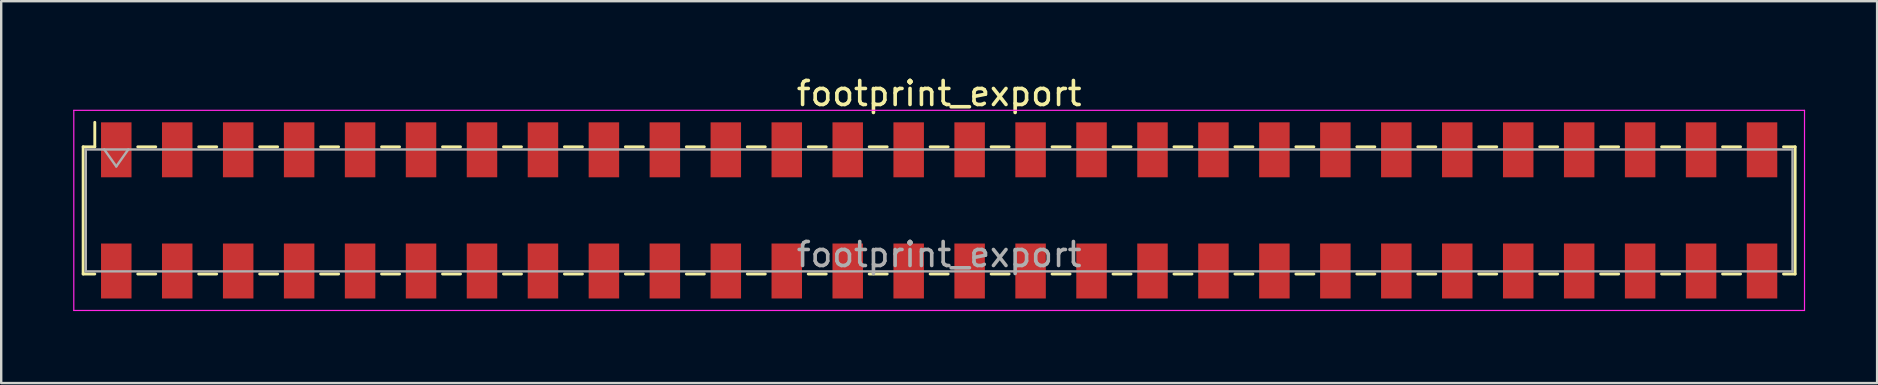
<source format=kicad_pcb>
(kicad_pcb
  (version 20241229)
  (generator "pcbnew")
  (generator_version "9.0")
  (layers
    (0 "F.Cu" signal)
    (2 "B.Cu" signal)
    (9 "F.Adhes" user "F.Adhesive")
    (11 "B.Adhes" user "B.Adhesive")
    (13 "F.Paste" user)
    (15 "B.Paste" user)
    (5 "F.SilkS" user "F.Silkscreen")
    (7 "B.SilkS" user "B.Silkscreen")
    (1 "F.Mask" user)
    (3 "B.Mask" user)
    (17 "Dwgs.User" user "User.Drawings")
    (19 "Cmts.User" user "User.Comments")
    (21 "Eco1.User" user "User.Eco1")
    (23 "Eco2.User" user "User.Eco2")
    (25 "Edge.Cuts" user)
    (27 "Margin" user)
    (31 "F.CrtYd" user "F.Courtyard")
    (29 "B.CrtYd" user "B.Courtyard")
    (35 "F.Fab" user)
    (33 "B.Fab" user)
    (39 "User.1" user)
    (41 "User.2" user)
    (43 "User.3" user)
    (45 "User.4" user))
  (footprint "footprint_export"
    (layer "F.Cu")
    (at 36.085 5.718)
    (property "Reference" "footprint_export" (at 0 -4.87 0) (layer "F.SilkS") (effects (font (size 1 1) (thickness 0.15))))
    (attr smd)
    (fp_line (start -35.67 -2.65) (end -35.67 2.65) (stroke (width 0.12) (type solid)) (layer "F.SilkS"))
    (fp_line (start -35.67 2.65) (end -35.185 2.65) (stroke (width 0.12) (type solid)) (layer "F.SilkS"))
    (fp_line (start -35.185 -3.67) (end -35.185 -2.65) (stroke (width 0.12) (type solid)) (layer "F.SilkS"))
    (fp_line (start -35.185 -2.65) (end -35.67 -2.65) (stroke (width 0.12) (type solid)) (layer "F.SilkS"))
    (fp_line (start -33.395 -2.65) (end -32.645 -2.65) (stroke (width 0.12) (type solid)) (layer "F.SilkS"))
    (fp_line (start -33.395 2.65) (end -32.645 2.65) (stroke (width 0.12) (type solid)) (layer "F.SilkS"))
    (fp_line (start -30.855 -2.65) (end -30.105 -2.65) (stroke (width 0.12) (type solid)) (layer "F.SilkS"))
    (fp_line (start -30.855 2.65) (end -30.105 2.65) (stroke (width 0.12) (type solid)) (layer "F.SilkS"))
    (fp_line (start -28.315 -2.65) (end -27.565 -2.65) (stroke (width 0.12) (type solid)) (layer "F.SilkS"))
    (fp_line (start -28.315 2.65) (end -27.565 2.65) (stroke (width 0.12) (type solid)) (layer "F.SilkS"))
    (fp_line (start -25.775 -2.65) (end -25.025 -2.65) (stroke (width 0.12) (type solid)) (layer "F.SilkS"))
    (fp_line (start -25.775 2.65) (end -25.025 2.65) (stroke (width 0.12) (type solid)) (layer "F.SilkS"))
    (fp_line (start -23.235 -2.65) (end -22.485 -2.65) (stroke (width 0.12) (type solid)) (layer "F.SilkS"))
    (fp_line (start -23.235 2.65) (end -22.485 2.65) (stroke (width 0.12) (type solid)) (layer "F.SilkS"))
    (fp_line (start -20.695 -2.65) (end -19.945 -2.65) (stroke (width 0.12) (type solid)) (layer "F.SilkS"))
    (fp_line (start -20.695 2.65) (end -19.945 2.65) (stroke (width 0.12) (type solid)) (layer "F.SilkS"))
    (fp_line (start -18.155 -2.65) (end -17.405 -2.65) (stroke (width 0.12) (type solid)) (layer "F.SilkS"))
    (fp_line (start -18.155 2.65) (end -17.405 2.65) (stroke (width 0.12) (type solid)) (layer "F.SilkS"))
    (fp_line (start -15.615 -2.65) (end -14.865 -2.65) (stroke (width 0.12) (type solid)) (layer "F.SilkS"))
    (fp_line (start -15.615 2.65) (end -14.865 2.65) (stroke (width 0.12) (type solid)) (layer "F.SilkS"))
    (fp_line (start -13.075 -2.65) (end -12.325 -2.65) (stroke (width 0.12) (type solid)) (layer "F.SilkS"))
    (fp_line (start -13.075 2.65) (end -12.325 2.65) (stroke (width 0.12) (type solid)) (layer "F.SilkS"))
    (fp_line (start -10.535 -2.65) (end -9.785 -2.65) (stroke (width 0.12) (type solid)) (layer "F.SilkS"))
    (fp_line (start -10.535 2.65) (end -9.785 2.65) (stroke (width 0.12) (type solid)) (layer "F.SilkS"))
    (fp_line (start -7.995 -2.65) (end -7.245 -2.65) (stroke (width 0.12) (type solid)) (layer "F.SilkS"))
    (fp_line (start -7.995 2.65) (end -7.245 2.65) (stroke (width 0.12) (type solid)) (layer "F.SilkS"))
    (fp_line (start -5.455 -2.65) (end -4.705 -2.65) (stroke (width 0.12) (type solid)) (layer "F.SilkS"))
    (fp_line (start -5.455 2.65) (end -4.705 2.65) (stroke (width 0.12) (type solid)) (layer "F.SilkS"))
    (fp_line (start -2.915 -2.65) (end -2.165 -2.65) (stroke (width 0.12) (type solid)) (layer "F.SilkS"))
    (fp_line (start -2.915 2.65) (end -2.165 2.65) (stroke (width 0.12) (type solid)) (layer "F.SilkS"))
    (fp_line (start -0.375 -2.65) (end 0.375 -2.65) (stroke (width 0.12) (type solid)) (layer "F.SilkS"))
    (fp_line (start -0.375 2.65) (end 0.375 2.65) (stroke (width 0.12) (type solid)) (layer "F.SilkS"))
    (fp_line (start 2.165 -2.65) (end 2.915 -2.65) (stroke (width 0.12) (type solid)) (layer "F.SilkS"))
    (fp_line (start 2.165 2.65) (end 2.915 2.65) (stroke (width 0.12) (type solid)) (layer "F.SilkS"))
    (fp_line (start 4.705 -2.65) (end 5.455 -2.65) (stroke (width 0.12) (type solid)) (layer "F.SilkS"))
    (fp_line (start 4.705 2.65) (end 5.455 2.65) (stroke (width 0.12) (type solid)) (layer "F.SilkS"))
    (fp_line (start 7.245 -2.65) (end 7.995 -2.65) (stroke (width 0.12) (type solid)) (layer "F.SilkS"))
    (fp_line (start 7.245 2.65) (end 7.995 2.65) (stroke (width 0.12) (type solid)) (layer "F.SilkS"))
    (fp_line (start 9.785 -2.65) (end 10.535 -2.65) (stroke (width 0.12) (type solid)) (layer "F.SilkS"))
    (fp_line (start 9.785 2.65) (end 10.535 2.65) (stroke (width 0.12) (type solid)) (layer "F.SilkS"))
    (fp_line (start 12.325 -2.65) (end 13.075 -2.65) (stroke (width 0.12) (type solid)) (layer "F.SilkS"))
    (fp_line (start 12.325 2.65) (end 13.075 2.65) (stroke (width 0.12) (type solid)) (layer "F.SilkS"))
    (fp_line (start 14.865 -2.65) (end 15.615 -2.65) (stroke (width 0.12) (type solid)) (layer "F.SilkS"))
    (fp_line (start 14.865 2.65) (end 15.615 2.65) (stroke (width 0.12) (type solid)) (layer "F.SilkS"))
    (fp_line (start 17.405 -2.65) (end 18.155 -2.65) (stroke (width 0.12) (type solid)) (layer "F.SilkS"))
    (fp_line (start 17.405 2.65) (end 18.155 2.65) (stroke (width 0.12) (type solid)) (layer "F.SilkS"))
    (fp_line (start 19.945 -2.65) (end 20.695 -2.65) (stroke (width 0.12) (type solid)) (layer "F.SilkS"))
    (fp_line (start 19.945 2.65) (end 20.695 2.65) (stroke (width 0.12) (type solid)) (layer "F.SilkS"))
    (fp_line (start 22.485 -2.65) (end 23.235 -2.65) (stroke (width 0.12) (type solid)) (layer "F.SilkS"))
    (fp_line (start 22.485 2.65) (end 23.235 2.65) (stroke (width 0.12) (type solid)) (layer "F.SilkS"))
    (fp_line (start 25.025 -2.65) (end 25.775 -2.65) (stroke (width 0.12) (type solid)) (layer "F.SilkS"))
    (fp_line (start 25.025 2.65) (end 25.775 2.65) (stroke (width 0.12) (type solid)) (layer "F.SilkS"))
    (fp_line (start 27.565 -2.65) (end 28.315 -2.65) (stroke (width 0.12) (type solid)) (layer "F.SilkS"))
    (fp_line (start 27.565 2.65) (end 28.315 2.65) (stroke (width 0.12) (type solid)) (layer "F.SilkS"))
    (fp_line (start 30.105 -2.65) (end 30.855 -2.65) (stroke (width 0.12) (type solid)) (layer "F.SilkS"))
    (fp_line (start 30.105 2.65) (end 30.855 2.65) (stroke (width 0.12) (type solid)) (layer "F.SilkS"))
    (fp_line (start 32.645 -2.65) (end 33.395 -2.65) (stroke (width 0.12) (type solid)) (layer "F.SilkS"))
    (fp_line (start 32.645 2.65) (end 33.395 2.65) (stroke (width 0.12) (type solid)) (layer "F.SilkS"))
    (fp_line (start 35.185 -2.65) (end 35.67 -2.65) (stroke (width 0.12) (type solid)) (layer "F.SilkS"))
    (fp_line (start 35.67 -2.65) (end 35.67 2.65) (stroke (width 0.12) (type solid)) (layer "F.SilkS"))
    (fp_line (start 35.67 2.65) (end 35.185 2.65) (stroke (width 0.12) (type solid)) (layer "F.SilkS"))
    (fp_line (start -36.06 -4.17) (end 36.06 -4.17) (stroke (width 0.05) (type solid)) (layer "F.CrtYd"))
    (fp_line (start -36.06 4.17) (end -36.06 -4.17) (stroke (width 0.05) (type solid)) (layer "F.CrtYd"))
    (fp_line (start 36.06 -4.17) (end 36.06 4.17) (stroke (width 0.05) (type solid)) (layer "F.CrtYd"))
    (fp_line (start 36.06 4.17) (end -36.06 4.17) (stroke (width 0.05) (type solid)) (layer "F.CrtYd"))
    (fp_line (start -35.56 -2.54) (end 35.56 -2.54) (stroke (width 0.1) (type solid)) (layer "F.Fab"))
    (fp_line (start -35.56 2.54) (end -35.56 -2.54) (stroke (width 0.1) (type solid)) (layer "F.Fab"))
    (fp_line (start -34.79 -2.54) (end -34.29 -1.833) (stroke (width 0.1) (type solid)) (layer "F.Fab"))
    (fp_line (start -34.29 -1.833) (end -33.79 -2.54) (stroke (width 0.1) (type solid)) (layer "F.Fab"))
    (fp_line (start 35.56 -2.54) (end 35.56 2.54) (stroke (width 0.1) (type solid)) (layer "F.Fab"))
    (fp_line (start 35.56 2.54) (end -35.56 2.54) (stroke (width 0.1) (type solid)) (layer "F.Fab"))
    (fp_text user "${REFERENCE}" (at 0 1.84 0) (layer "F.Fab") (effects (font (size 1 1) (thickness 0.15))))
    (pad "1" smd rect (at -34.29 -2.525) (size 1.27 2.29) (layers "F.Cu" "F.Mask" "F.Paste"))
    (pad "2" smd rect (at -34.29 2.525) (size 1.27 2.29) (layers "F.Cu" "F.Mask" "F.Paste"))
    (pad "3" smd rect (at -31.75 -2.525) (size 1.27 2.29) (layers "F.Cu" "F.Mask" "F.Paste"))
    (pad "4" smd rect (at -31.75 2.525) (size 1.27 2.29) (layers "F.Cu" "F.Mask" "F.Paste"))
    (pad "5" smd rect (at -29.21 -2.525) (size 1.27 2.29) (layers "F.Cu" "F.Mask" "F.Paste"))
    (pad "6" smd rect (at -29.21 2.525) (size 1.27 2.29) (layers "F.Cu" "F.Mask" "F.Paste"))
    (pad "7" smd rect (at -26.67 -2.525) (size 1.27 2.29) (layers "F.Cu" "F.Mask" "F.Paste"))
    (pad "8" smd rect (at -26.67 2.525) (size 1.27 2.29) (layers "F.Cu" "F.Mask" "F.Paste"))
    (pad "9" smd rect (at -24.13 -2.525) (size 1.27 2.29) (layers "F.Cu" "F.Mask" "F.Paste"))
    (pad "10" smd rect (at -24.13 2.525) (size 1.27 2.29) (layers "F.Cu" "F.Mask" "F.Paste"))
    (pad "11" smd rect (at -21.59 -2.525) (size 1.27 2.29) (layers "F.Cu" "F.Mask" "F.Paste"))
    (pad "12" smd rect (at -21.59 2.525) (size 1.27 2.29) (layers "F.Cu" "F.Mask" "F.Paste"))
    (pad "13" smd rect (at -19.05 -2.525) (size 1.27 2.29) (layers "F.Cu" "F.Mask" "F.Paste"))
    (pad "14" smd rect (at -19.05 2.525) (size 1.27 2.29) (layers "F.Cu" "F.Mask" "F.Paste"))
    (pad "15" smd rect (at -16.51 -2.525) (size 1.27 2.29) (layers "F.Cu" "F.Mask" "F.Paste"))
    (pad "16" smd rect (at -16.51 2.525) (size 1.27 2.29) (layers "F.Cu" "F.Mask" "F.Paste"))
    (pad "17" smd rect (at -13.97 -2.525) (size 1.27 2.29) (layers "F.Cu" "F.Mask" "F.Paste"))
    (pad "18" smd rect (at -13.97 2.525) (size 1.27 2.29) (layers "F.Cu" "F.Mask" "F.Paste"))
    (pad "19" smd rect (at -11.43 -2.525) (size 1.27 2.29) (layers "F.Cu" "F.Mask" "F.Paste"))
    (pad "20" smd rect (at -11.43 2.525) (size 1.27 2.29) (layers "F.Cu" "F.Mask" "F.Paste"))
    (pad "21" smd rect (at -8.89 -2.525) (size 1.27 2.29) (layers "F.Cu" "F.Mask" "F.Paste"))
    (pad "22" smd rect (at -8.89 2.525) (size 1.27 2.29) (layers "F.Cu" "F.Mask" "F.Paste"))
    (pad "23" smd rect (at -6.35 -2.525) (size 1.27 2.29) (layers "F.Cu" "F.Mask" "F.Paste"))
    (pad "24" smd rect (at -6.35 2.525) (size 1.27 2.29) (layers "F.Cu" "F.Mask" "F.Paste"))
    (pad "25" smd rect (at -3.81 -2.525) (size 1.27 2.29) (layers "F.Cu" "F.Mask" "F.Paste"))
    (pad "26" smd rect (at -3.81 2.525) (size 1.27 2.29) (layers "F.Cu" "F.Mask" "F.Paste"))
    (pad "27" smd rect (at -1.27 -2.525) (size 1.27 2.29) (layers "F.Cu" "F.Mask" "F.Paste"))
    (pad "28" smd rect (at -1.27 2.525) (size 1.27 2.29) (layers "F.Cu" "F.Mask" "F.Paste"))
    (pad "29" smd rect (at 1.27 -2.525) (size 1.27 2.29) (layers "F.Cu" "F.Mask" "F.Paste"))
    (pad "30" smd rect (at 1.27 2.525) (size 1.27 2.29) (layers "F.Cu" "F.Mask" "F.Paste"))
    (pad "31" smd rect (at 3.81 -2.525) (size 1.27 2.29) (layers "F.Cu" "F.Mask" "F.Paste"))
    (pad "32" smd rect (at 3.81 2.525) (size 1.27 2.29) (layers "F.Cu" "F.Mask" "F.Paste"))
    (pad "33" smd rect (at 6.35 -2.525) (size 1.27 2.29) (layers "F.Cu" "F.Mask" "F.Paste"))
    (pad "34" smd rect (at 6.35 2.525) (size 1.27 2.29) (layers "F.Cu" "F.Mask" "F.Paste"))
    (pad "35" smd rect (at 8.89 -2.525) (size 1.27 2.29) (layers "F.Cu" "F.Mask" "F.Paste"))
    (pad "36" smd rect (at 8.89 2.525) (size 1.27 2.29) (layers "F.Cu" "F.Mask" "F.Paste"))
    (pad "37" smd rect (at 11.43 -2.525) (size 1.27 2.29) (layers "F.Cu" "F.Mask" "F.Paste"))
    (pad "38" smd rect (at 11.43 2.525) (size 1.27 2.29) (layers "F.Cu" "F.Mask" "F.Paste"))
    (pad "39" smd rect (at 13.97 -2.525) (size 1.27 2.29) (layers "F.Cu" "F.Mask" "F.Paste"))
    (pad "40" smd rect (at 13.97 2.525) (size 1.27 2.29) (layers "F.Cu" "F.Mask" "F.Paste"))
    (pad "41" smd rect (at 16.51 -2.525) (size 1.27 2.29) (layers "F.Cu" "F.Mask" "F.Paste"))
    (pad "42" smd rect (at 16.51 2.525) (size 1.27 2.29) (layers "F.Cu" "F.Mask" "F.Paste"))
    (pad "43" smd rect (at 19.05 -2.525) (size 1.27 2.29) (layers "F.Cu" "F.Mask" "F.Paste"))
    (pad "44" smd rect (at 19.05 2.525) (size 1.27 2.29) (layers "F.Cu" "F.Mask" "F.Paste"))
    (pad "45" smd rect (at 21.59 -2.525) (size 1.27 2.29) (layers "F.Cu" "F.Mask" "F.Paste"))
    (pad "46" smd rect (at 21.59 2.525) (size 1.27 2.29) (layers "F.Cu" "F.Mask" "F.Paste"))
    (pad "47" smd rect (at 24.13 -2.525) (size 1.27 2.29) (layers "F.Cu" "F.Mask" "F.Paste"))
    (pad "48" smd rect (at 24.13 2.525) (size 1.27 2.29) (layers "F.Cu" "F.Mask" "F.Paste"))
    (pad "49" smd rect (at 26.67 -2.525) (size 1.27 2.29) (layers "F.Cu" "F.Mask" "F.Paste"))
    (pad "50" smd rect (at 26.67 2.525) (size 1.27 2.29) (layers "F.Cu" "F.Mask" "F.Paste"))
    (pad "51" smd rect (at 29.21 -2.525) (size 1.27 2.29) (layers "F.Cu" "F.Mask" "F.Paste"))
    (pad "52" smd rect (at 29.21 2.525) (size 1.27 2.29) (layers "F.Cu" "F.Mask" "F.Paste"))
    (pad "53" smd rect (at 31.75 -2.525) (size 1.27 2.29) (layers "F.Cu" "F.Mask" "F.Paste"))
    (pad "54" smd rect (at 31.75 2.525) (size 1.27 2.29) (layers "F.Cu" "F.Mask" "F.Paste"))
    (pad "55" smd rect (at 34.29 -2.525) (size 1.27 2.29) (layers "F.Cu" "F.Mask" "F.Paste"))
    (pad "56" smd rect (at 34.29 2.525) (size 1.27 2.29) (layers "F.Cu" "F.Mask" "F.Paste")))
  (gr_rect
    (start -3 -3)
    (end 75.17 12.913)
    (stroke (width 0.1) (type default))
    (fill no)
    (layer "Edge.Cuts")))
</source>
